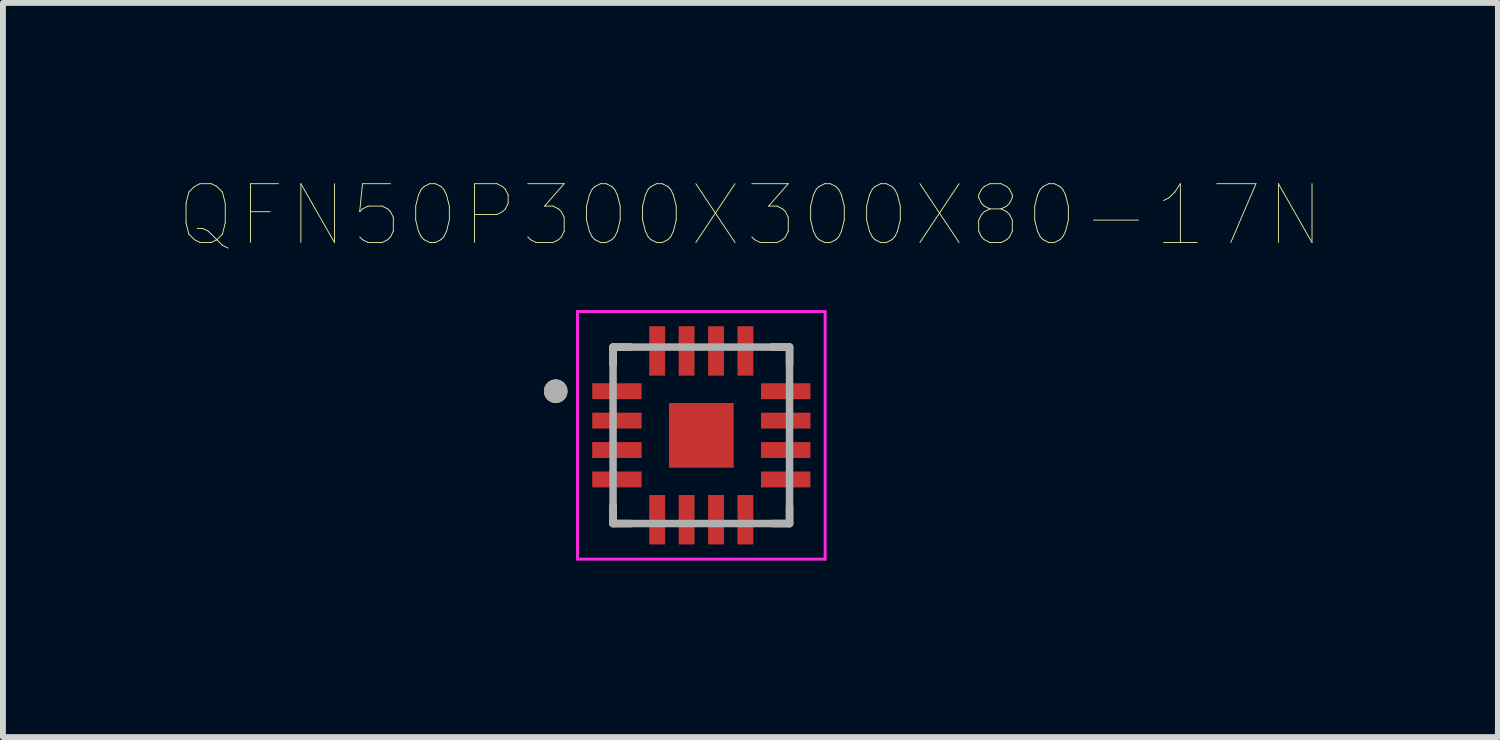
<source format=kicad_pcb>
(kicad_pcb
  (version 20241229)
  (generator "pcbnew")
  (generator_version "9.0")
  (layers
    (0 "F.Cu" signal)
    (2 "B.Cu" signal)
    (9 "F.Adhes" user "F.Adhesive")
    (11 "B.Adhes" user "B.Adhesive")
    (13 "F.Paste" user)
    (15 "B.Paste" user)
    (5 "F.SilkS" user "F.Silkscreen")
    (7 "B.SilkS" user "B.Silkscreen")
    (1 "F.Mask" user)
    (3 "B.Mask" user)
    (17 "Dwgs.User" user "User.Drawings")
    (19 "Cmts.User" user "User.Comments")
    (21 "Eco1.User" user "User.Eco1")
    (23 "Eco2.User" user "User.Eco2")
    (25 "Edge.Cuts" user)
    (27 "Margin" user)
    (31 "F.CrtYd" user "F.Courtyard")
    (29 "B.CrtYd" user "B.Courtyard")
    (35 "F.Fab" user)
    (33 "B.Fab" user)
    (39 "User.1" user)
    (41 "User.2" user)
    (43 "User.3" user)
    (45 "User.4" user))
  (footprint "QFN50P300X300X80-17N"
    (layer "F.Cu")
    (at 8.873 4.351)
    (property "Reference" "QFN50P300X300X80-17N" (at 0.835 -3.74 0) (layer "F.SilkS") (effects (font (size 1 1) (thickness 0.015))))
    (attr through_hole)
    (fp_line (start -1.5 -1.5) (end -1.5 -1.205) (stroke (width 0.127) (type solid)) (layer "F.SilkS"))
    (fp_line (start -1.5 -1.5) (end -1.205 -1.5) (stroke (width 0.127) (type solid)) (layer "F.SilkS"))
    (fp_line (start -1.5 1.5) (end -1.5 1.205) (stroke (width 0.127) (type solid)) (layer "F.SilkS"))
    (fp_line (start -1.5 1.5) (end -1.205 1.5) (stroke (width 0.127) (type solid)) (layer "F.SilkS"))
    (fp_line (start 1.5 -1.5) (end 1.205 -1.5) (stroke (width 0.127) (type solid)) (layer "F.SilkS"))
    (fp_line (start 1.5 -1.5) (end 1.5 -1.205) (stroke (width 0.127) (type solid)) (layer "F.SilkS"))
    (fp_line (start 1.5 1.5) (end 1.205 1.5) (stroke (width 0.127) (type solid)) (layer "F.SilkS"))
    (fp_line (start 1.5 1.5) (end 1.5 1.205) (stroke (width 0.127) (type solid)) (layer "F.SilkS"))
    (fp_circle (center -2.475 -0.75) (end -2.375 -0.75) (stroke (width 0.2) (type solid)) (fill no) (layer "F.SilkS"))
    (fp_poly (pts (xy -0.35 -0.35) (xy 0.35 -0.35) (xy 0.35 0.35) (xy -0.35 0.35)) (stroke (width 0.01) (type solid)) (fill yes) (layer "F.Paste"))
    (fp_line (start -2.105 -2.105) (end 2.105 -2.105) (stroke (width 0.05) (type solid)) (layer "F.CrtYd"))
    (fp_line (start -2.105 2.105) (end -2.105 -2.105) (stroke (width 0.05) (type solid)) (layer "F.CrtYd"))
    (fp_line (start -2.105 2.105) (end 2.105 2.105) (stroke (width 0.05) (type solid)) (layer "F.CrtYd"))
    (fp_line (start 2.105 2.105) (end 2.105 -2.105) (stroke (width 0.05) (type solid)) (layer "F.CrtYd"))
    (fp_line (start -1.5 1.5) (end -1.5 -1.5) (stroke (width 0.127) (type solid)) (layer "F.Fab"))
    (fp_line (start 1.5 -1.5) (end -1.5 -1.5) (stroke (width 0.127) (type solid)) (layer "F.Fab"))
    (fp_line (start 1.5 1.5) (end -1.5 1.5) (stroke (width 0.127) (type solid)) (layer "F.Fab"))
    (fp_line (start 1.5 1.5) (end 1.5 -1.5) (stroke (width 0.127) (type solid)) (layer "F.Fab"))
    (fp_circle (center -2.475 -0.75) (end -2.375 -0.75) (stroke (width 0.2) (type solid)) (fill no) (layer "F.Fab"))
    (pad "1" smd rect (at -1.435 -0.75) (size 0.84 0.27) (layers "F.Cu" "F.Mask" "F.Paste"))
    (pad "2" smd rect (at -1.435 -0.25) (size 0.84 0.27) (layers "F.Cu" "F.Mask" "F.Paste"))
    (pad "3" smd rect (at -1.435 0.25) (size 0.84 0.27) (layers "F.Cu" "F.Mask" "F.Paste"))
    (pad "4" smd rect (at -1.435 0.75) (size 0.84 0.27) (layers "F.Cu" "F.Mask" "F.Paste"))
    (pad "5" smd rect (at -0.75 1.435) (size 0.27 0.84) (layers "F.Cu" "F.Mask" "F.Paste"))
    (pad "6" smd rect (at -0.25 1.435) (size 0.27 0.84) (layers "F.Cu" "F.Mask" "F.Paste"))
    (pad "7" smd rect (at 0.25 1.435) (size 0.27 0.84) (layers "F.Cu" "F.Mask" "F.Paste"))
    (pad "8" smd rect (at 0.75 1.435) (size 0.27 0.84) (layers "F.Cu" "F.Mask" "F.Paste"))
    (pad "9" smd rect (at 1.435 0.75) (size 0.84 0.27) (layers "F.Cu" "F.Mask" "F.Paste"))
    (pad "10" smd rect (at 1.435 0.25) (size 0.84 0.27) (layers "F.Cu" "F.Mask" "F.Paste"))
    (pad "11" smd rect (at 1.435 -0.25) (size 0.84 0.27) (layers "F.Cu" "F.Mask" "F.Paste"))
    (pad "12" smd rect (at 1.435 -0.75) (size 0.84 0.27) (layers "F.Cu" "F.Mask" "F.Paste"))
    (pad "13" smd rect (at 0.75 -1.435) (size 0.27 0.84) (layers "F.Cu" "F.Mask" "F.Paste"))
    (pad "14" smd rect (at 0.25 -1.435) (size 0.27 0.84) (layers "F.Cu" "F.Mask" "F.Paste"))
    (pad "15" smd rect (at -0.25 -1.435) (size 0.27 0.84) (layers "F.Cu" "F.Mask" "F.Paste"))
    (pad "16" smd rect (at -0.75 -1.435) (size 0.27 0.84) (layers "F.Cu" "F.Mask" "F.Paste"))
    (pad "17" smd rect (at 0 0) (size 1.1 1.1) (layers "F.Cu" "F.Mask")))
  (gr_rect
    (start -3 -3)
    (end 22.416 9.481)
    (stroke (width 0.1) (type default))
    (fill no)
    (layer "Edge.Cuts")))
</source>
